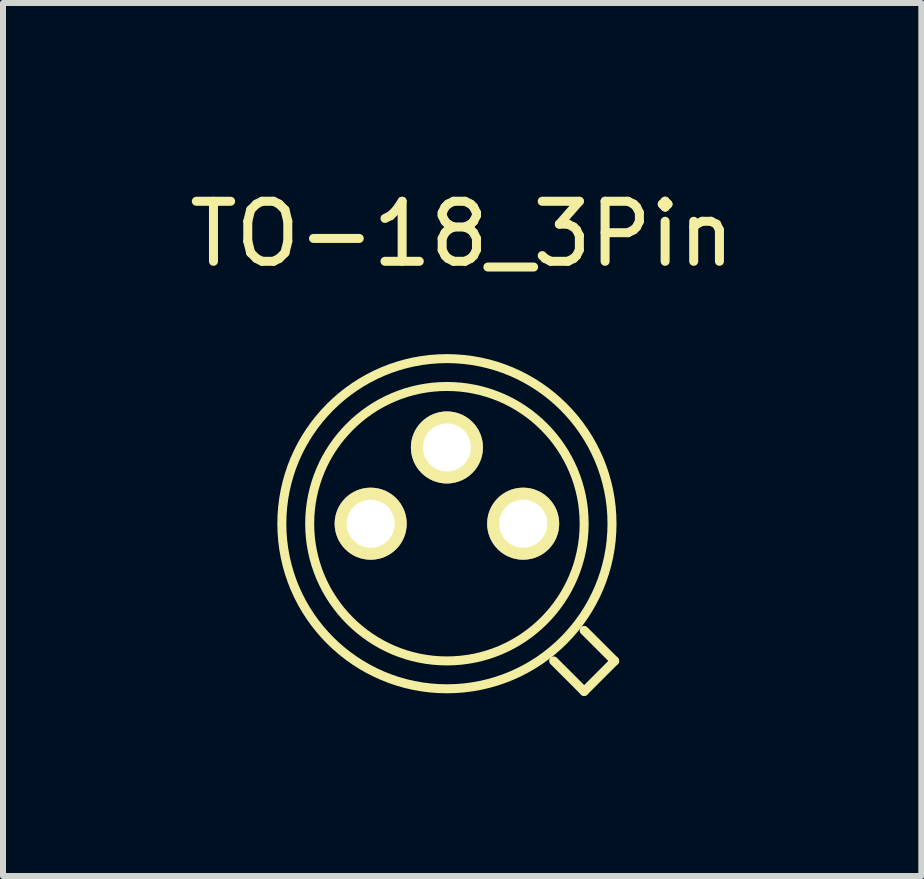
<source format=kicad_pcb>
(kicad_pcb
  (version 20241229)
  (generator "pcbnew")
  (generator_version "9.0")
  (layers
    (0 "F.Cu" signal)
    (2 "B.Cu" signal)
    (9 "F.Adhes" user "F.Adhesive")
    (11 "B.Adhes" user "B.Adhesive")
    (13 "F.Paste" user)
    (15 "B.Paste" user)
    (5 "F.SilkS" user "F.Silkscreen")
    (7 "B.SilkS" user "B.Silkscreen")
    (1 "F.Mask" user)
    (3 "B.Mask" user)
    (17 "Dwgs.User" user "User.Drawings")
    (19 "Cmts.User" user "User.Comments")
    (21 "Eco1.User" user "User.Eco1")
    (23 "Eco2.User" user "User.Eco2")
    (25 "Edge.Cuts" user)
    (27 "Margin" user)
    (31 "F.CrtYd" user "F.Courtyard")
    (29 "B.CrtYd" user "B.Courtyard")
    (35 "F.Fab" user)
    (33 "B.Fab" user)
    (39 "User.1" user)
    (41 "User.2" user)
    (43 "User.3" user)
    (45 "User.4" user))
  (footprint "TO-18_3Pin"
    (layer "F.Cu")
    (at 4.395 5.674)
    (property "Reference" "TO-18_3Pin" (at 0.254 -4.826 0) (layer "F.SilkS") (effects (font (size 1 1) (thickness 0.15))))
    (attr through_hole)
    (fp_line (start 1.778 2.286) (end 2.286 2.794) (stroke (width 0.15) (type solid)) (layer "F.SilkS"))
    (fp_line (start 2.286 2.794) (end 2.794 2.286) (stroke (width 0.15) (type solid)) (layer "F.SilkS"))
    (fp_line (start 2.794 2.286) (end 2.286 1.778) (stroke (width 0.15) (type solid)) (layer "F.SilkS"))
    (fp_circle (center 0 0) (end 2.286 0) (stroke (width 0.15) (type solid)) (fill no) (layer "F.SilkS"))
    (fp_circle (center 0 0) (end 2.75 0) (stroke (width 0.15) (type solid)) (fill no) (layer "F.SilkS"))
    (pad "1" thru_hole circle (at 1.27 0) (size 1.2 1.2) (drill 0.8) (layers "*.Cu" "*.Mask" "F.SilkS"))
    (pad "2" thru_hole circle (at 0 -1.27) (size 1.2 1.2) (drill 0.8) (layers "*.Cu" "*.Mask" "F.SilkS"))
    (pad "3" thru_hole circle (at -1.27 0) (size 1.2 1.2) (drill 0.8) (layers "*.Cu" "*.Mask" "F.SilkS")))
  (gr_rect
    (start -3 -3)
    (end 12.298 11.543)
    (stroke (width 0.1) (type default))
    (fill no)
    (layer "Edge.Cuts")))
</source>
